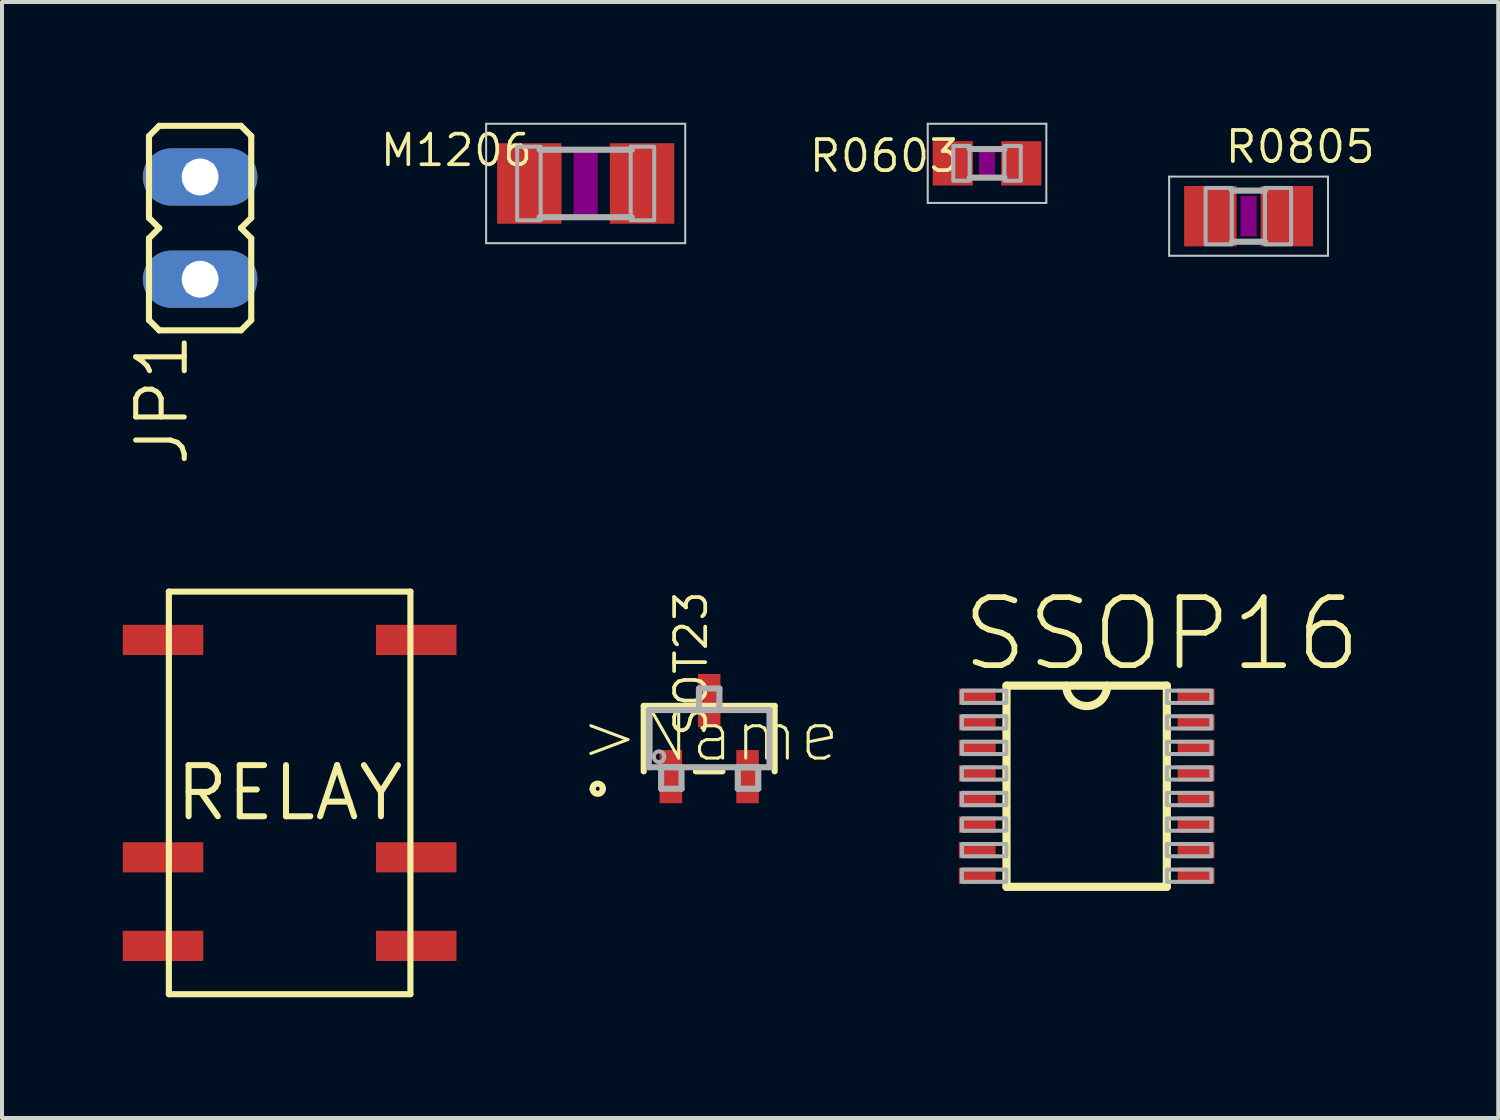
<source format=kicad_pcb>
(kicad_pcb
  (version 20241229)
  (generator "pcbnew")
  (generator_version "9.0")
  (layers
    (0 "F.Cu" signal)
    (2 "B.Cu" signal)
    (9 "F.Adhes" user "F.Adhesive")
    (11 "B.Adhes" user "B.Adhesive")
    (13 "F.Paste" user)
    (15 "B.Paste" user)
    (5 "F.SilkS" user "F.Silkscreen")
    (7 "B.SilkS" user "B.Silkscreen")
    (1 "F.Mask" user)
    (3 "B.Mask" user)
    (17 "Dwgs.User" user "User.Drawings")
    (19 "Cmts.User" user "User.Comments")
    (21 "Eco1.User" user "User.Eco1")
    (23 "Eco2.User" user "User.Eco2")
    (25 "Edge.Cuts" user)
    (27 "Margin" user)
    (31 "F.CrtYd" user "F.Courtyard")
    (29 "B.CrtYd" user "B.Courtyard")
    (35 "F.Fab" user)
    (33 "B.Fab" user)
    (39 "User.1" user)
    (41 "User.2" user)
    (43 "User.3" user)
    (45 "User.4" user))
  (footprint "SOT23"
    (layer "F.Cu")
    (at 14.567 15.298)
    (property "Reference" "SOT23" (at 0 0 90) (layer "F.SilkS") (effects (font (size 0.772 0.772) (thickness 0.093)) (justify left bottom)))
    (attr through_hole)
    (fp_line (start -1.626 -0.813) (end -1.626 0.813) (stroke (width 0.152) (type solid)) (layer "F.SilkS"))
    (fp_line (start -0.33 0.813) (end 0.33 0.813) (stroke (width 0.152) (type solid)) (layer "F.SilkS"))
    (fp_line (start 1.626 -0.813) (end -1.626 -0.813) (stroke (width 0.152) (type solid)) (layer "F.SilkS"))
    (fp_line (start 1.626 0.813) (end 1.626 -0.813) (stroke (width 0.152) (type solid)) (layer "F.SilkS"))
    (fp_arc (start -2.8956 1.2446) (mid -2.7686 1.1176) (end -2.6416 1.2446) (stroke (width 0.1524) (type solid)) (layer "F.SilkS"))
    (fp_arc (start -2.6416 1.2446) (mid -2.7686 1.3716) (end -2.8956 1.2446) (stroke (width 0.1524) (type solid)) (layer "F.SilkS"))
    (fp_line (start -1.499 -0.711) (end -1.499 0.711) (stroke (width 0.152) (type solid)) (layer "F.Fab"))
    (fp_line (start -1.499 0.711) (end 0.711 0.711) (stroke (width 0.152) (type solid)) (layer "F.Fab"))
    (fp_line (start -1.195 0.706) (end -1.194 1.245) (stroke (width 0.152) (type solid)) (layer "F.Fab"))
    (fp_line (start -1.194 1.245) (end -0.686 1.245) (stroke (width 0.152) (type solid)) (layer "F.Fab"))
    (fp_line (start -0.688 0.712) (end -1.195 0.706) (stroke (width 0.152) (type solid)) (layer "F.Fab"))
    (fp_line (start -0.686 1.245) (end -0.688 0.712) (stroke (width 0.152) (type solid)) (layer "F.Fab"))
    (fp_line (start -0.254 -1.245) (end -0.254 -0.708) (stroke (width 0.152) (type solid)) (layer "F.Fab"))
    (fp_line (start -0.254 -0.708) (end 0.254 -0.711) (stroke (width 0.152) (type solid)) (layer "F.Fab"))
    (fp_line (start 0.254 -1.245) (end -0.254 -1.245) (stroke (width 0.152) (type solid)) (layer "F.Fab"))
    (fp_line (start 0.254 -0.711) (end 0.254 -1.245) (stroke (width 0.152) (type solid)) (layer "F.Fab"))
    (fp_line (start 0.711 0.711) (end 0.711 1.245) (stroke (width 0.152) (type solid)) (layer "F.Fab"))
    (fp_line (start 0.711 0.711) (end 1.499 0.711) (stroke (width 0.152) (type solid)) (layer "F.Fab"))
    (fp_line (start 0.711 1.245) (end 1.219 1.245) (stroke (width 0.152) (type solid)) (layer "F.Fab"))
    (fp_line (start 1.219 0.714) (end 0.711 0.711) (stroke (width 0.152) (type solid)) (layer "F.Fab"))
    (fp_line (start 1.219 1.245) (end 1.219 0.714) (stroke (width 0.152) (type solid)) (layer "F.Fab"))
    (fp_line (start 1.499 -0.711) (end -1.499 -0.711) (stroke (width 0.152) (type solid)) (layer "F.Fab"))
    (fp_line (start 1.499 0.711) (end 1.499 -0.711) (stroke (width 0.152) (type solid)) (layer "F.Fab"))
    (fp_arc (start -1.3716 0.4572) (mid -1.2573 0.3175) (end -1.1176 0.4318) (stroke (width 0.1) (type solid)) (layer "F.Fab"))
    (fp_arc (start -1.1176 0.4572) (mid -1.2446 0.5842) (end -1.3716 0.4572) (stroke (width 0.1) (type solid)) (layer "F.Fab"))
    (fp_text user ">Name" (at -3.277 0.635 0) (layer "F.SilkS") (effects (font (size 1.206 1.206) (thickness 0.076)) (justify left bottom)))
    (pad "1" smd rect (at -0.953 0.945) (size 0.559 1.321) (layers "F.Cu" "F.Mask" "F.Paste"))
    (pad "2" smd rect (at 0.953 0.945) (size 0.559 1.321) (layers "F.Cu" "F.Mask" "F.Paste"))
    (pad "3" smd rect (at 0 -0.945) (size 0.559 1.32) (layers "F.Cu" "F.Mask" "F.Paste")))
  (footprint "RELAY"
    (layer "F.Cu")
    (at 4.145 16.647)
    (property "Reference" "RELAY" (at 0 0 0) (layer "F.SilkS") (effects (font (size 1.27 1.27) (thickness 0.15))))
    (attr through_hole)
    (fp_line (start -3 -5) (end 3 -5) (stroke (width 0.152) (type solid)) (layer "F.SilkS"))
    (fp_line (start -3 5) (end -3 -5) (stroke (width 0.152) (type solid)) (layer "F.SilkS"))
    (fp_line (start 3 -5) (end 3 5) (stroke (width 0.152) (type solid)) (layer "F.SilkS"))
    (fp_line (start 3 5) (end -3 5) (stroke (width 0.152) (type solid)) (layer "F.SilkS"))
    (pad "1" smd rect (at -3.145 -3.8) (size 2 0.75) (layers "F.Cu" "F.Mask" "F.Paste"))
    (pad "3" smd rect (at -3.145 1.6) (size 2 0.75) (layers "F.Cu" "F.Mask" "F.Paste"))
    (pad "4" smd rect (at -3.145 3.8) (size 2 0.75) (layers "F.Cu" "F.Mask" "F.Paste"))
    (pad "5" smd rect (at 3.145 3.8) (size 2 0.75) (layers "F.Cu" "F.Mask" "F.Paste"))
    (pad "6" smd rect (at 3.145 1.6) (size 2 0.75) (layers "F.Cu" "F.Mask" "F.Paste"))
    (pad "8" smd rect (at 3.145 -3.8) (size 2 0.75) (layers "F.Cu" "F.Mask" "F.Paste")))
  (footprint "SSOP16"
    (layer "F.Cu")
    (at 23.944 16.481)
    (property "Reference" "SSOP16" (at -3.175 -2.794 0) (layer "F.SilkS") (effects (font (size 1.689 1.689) (thickness 0.142)) (justify left bottom)))
    (attr through_hole)
    (fp_line (start -1.991 -2.499) (end -1.991 2.499) (stroke (width 0.203) (type solid)) (layer "F.SilkS"))
    (fp_line (start -1.991 2.499) (end 1.991 2.499) (stroke (width 0.203) (type solid)) (layer "F.SilkS"))
    (fp_line (start 1.991 -2.499) (end -1.991 -2.499) (stroke (width 0.203) (type solid)) (layer "F.SilkS"))
    (fp_line (start 1.991 2.499) (end 1.991 -2.499) (stroke (width 0.203) (type solid)) (layer "F.SilkS"))
    (fp_arc (start 0.508 -2.499318) (mid 0 -1.991318) (end -0.508 -2.499318) (stroke (width 0.2032) (type solid)) (layer "F.SilkS"))
    (fp_poly (pts (xy -3.099 -2.07) (xy -1.994 -2.07) (xy -1.994 -2.375) (xy -3.099 -2.375)) (stroke (width 0.1) (type solid)) (fill no) (layer "F.Fab"))
    (fp_poly (pts (xy -3.099 -1.435) (xy -1.994 -1.435) (xy -1.994 -1.74) (xy -3.099 -1.74)) (stroke (width 0.1) (type solid)) (fill no) (layer "F.Fab"))
    (fp_poly (pts (xy -3.099 -0.8) (xy -1.994 -0.8) (xy -1.994 -1.105) (xy -3.099 -1.105)) (stroke (width 0.1) (type solid)) (fill no) (layer "F.Fab"))
    (fp_poly (pts (xy -3.099 -0.165) (xy -1.994 -0.165) (xy -1.994 -0.47) (xy -3.099 -0.47)) (stroke (width 0.1) (type solid)) (fill no) (layer "F.Fab"))
    (fp_poly (pts (xy -3.099 0.47) (xy -1.994 0.47) (xy -1.994 0.165) (xy -3.099 0.165)) (stroke (width 0.1) (type solid)) (fill no) (layer "F.Fab"))
    (fp_poly (pts (xy -3.099 1.105) (xy -1.994 1.105) (xy -1.994 0.8) (xy -3.099 0.8)) (stroke (width 0.1) (type solid)) (fill no) (layer "F.Fab"))
    (fp_poly (pts (xy -3.099 1.74) (xy -1.994 1.74) (xy -1.994 1.435) (xy -3.099 1.435)) (stroke (width 0.1) (type solid)) (fill no) (layer "F.Fab"))
    (fp_poly (pts (xy -3.099 2.375) (xy -1.994 2.375) (xy -1.994 2.07) (xy -3.099 2.07)) (stroke (width 0.1) (type solid)) (fill no) (layer "F.Fab"))
    (fp_poly (pts (xy 1.994 -2.07) (xy 3.099 -2.07) (xy 3.099 -2.375) (xy 1.994 -2.375)) (stroke (width 0.1) (type solid)) (fill no) (layer "F.Fab"))
    (fp_poly (pts (xy 1.994 -1.435) (xy 3.099 -1.435) (xy 3.099 -1.74) (xy 1.994 -1.74)) (stroke (width 0.1) (type solid)) (fill no) (layer "F.Fab"))
    (fp_poly (pts (xy 1.994 -0.8) (xy 3.099 -0.8) (xy 3.099 -1.105) (xy 1.994 -1.105)) (stroke (width 0.1) (type solid)) (fill no) (layer "F.Fab"))
    (fp_poly (pts (xy 1.994 -0.165) (xy 3.099 -0.165) (xy 3.099 -0.47) (xy 1.994 -0.47)) (stroke (width 0.1) (type solid)) (fill no) (layer "F.Fab"))
    (fp_poly (pts (xy 1.994 0.47) (xy 3.099 0.47) (xy 3.099 0.165) (xy 1.994 0.165)) (stroke (width 0.1) (type solid)) (fill no) (layer "F.Fab"))
    (fp_poly (pts (xy 1.994 1.105) (xy 3.099 1.105) (xy 3.099 0.8) (xy 1.994 0.8)) (stroke (width 0.1) (type solid)) (fill no) (layer "F.Fab"))
    (fp_poly (pts (xy 1.994 1.74) (xy 3.099 1.74) (xy 3.099 1.435) (xy 1.994 1.435)) (stroke (width 0.1) (type solid)) (fill no) (layer "F.Fab"))
    (fp_poly (pts (xy 1.994 2.375) (xy 3.099 2.375) (xy 3.099 2.07) (xy 1.994 2.07)) (stroke (width 0.1) (type solid)) (fill no) (layer "F.Fab"))
    (pad "1" smd rect (at -2.718 -2.223) (size 0.914 0.406) (layers "F.Cu" "F.Mask" "F.Paste"))
    (pad "2" smd rect (at -2.718 -1.587) (size 0.914 0.406) (layers "F.Cu" "F.Mask" "F.Paste"))
    (pad "3" smd rect (at -2.718 -0.953) (size 0.914 0.406) (layers "F.Cu" "F.Mask" "F.Paste"))
    (pad "4" smd rect (at -2.718 -0.318) (size 0.914 0.406) (layers "F.Cu" "F.Mask" "F.Paste"))
    (pad "5" smd rect (at -2.718 0.318) (size 0.914 0.406) (layers "F.Cu" "F.Mask" "F.Paste"))
    (pad "6" smd rect (at -2.718 0.953) (size 0.914 0.406) (layers "F.Cu" "F.Mask" "F.Paste"))
    (pad "7" smd rect (at -2.718 1.587) (size 0.914 0.406) (layers "F.Cu" "F.Mask" "F.Paste"))
    (pad "8" smd rect (at -2.718 2.223) (size 0.914 0.406) (layers "F.Cu" "F.Mask" "F.Paste"))
    (pad "9" smd rect (at 2.718 2.223) (size 0.914 0.406) (layers "F.Cu" "F.Mask" "F.Paste"))
    (pad "10" smd rect (at 2.718 1.587) (size 0.914 0.406) (layers "F.Cu" "F.Mask" "F.Paste"))
    (pad "11" smd rect (at 2.718 0.953) (size 0.914 0.406) (layers "F.Cu" "F.Mask" "F.Paste"))
    (pad "12" smd rect (at 2.718 0.318) (size 0.914 0.406) (layers "F.Cu" "F.Mask" "F.Paste"))
    (pad "13" smd rect (at 2.718 -0.318) (size 0.914 0.406) (layers "F.Cu" "F.Mask" "F.Paste"))
    (pad "14" smd rect (at 2.718 -0.953) (size 0.914 0.406) (layers "F.Cu" "F.Mask" "F.Paste"))
    (pad "15" smd rect (at 2.718 -1.587) (size 0.914 0.406) (layers "F.Cu" "F.Mask" "F.Paste"))
    (pad "16" smd rect (at 2.718 -2.223) (size 0.914 0.406) (layers "F.Cu" "F.Mask" "F.Paste")))
  (footprint "R0603"
    (layer "F.Cu")
    (at 21.469 1.008)
    (property "Reference" "R0603" (at -0.635 -0.635 180) (layer "F.SilkS") (effects (font (size 0.772 0.772) (thickness 0.093)) (justify right top)))
    (attr through_hole)
    (fp_poly (pts (xy -0.2 0.4) (xy 0.2 0.4) (xy 0.2 -0.4) (xy -0.2 -0.4)) (stroke (width 0) (type solid)) (fill yes) (layer "F.Adhes"))
    (fp_line (start -1.473 -0.983) (end 1.473 -0.983) (stroke (width 0.051) (type solid)) (layer "Dwgs.User"))
    (fp_line (start -1.473 0.983) (end -1.473 -0.983) (stroke (width 0.051) (type solid)) (layer "Dwgs.User"))
    (fp_line (start 1.473 -0.983) (end 1.473 0.983) (stroke (width 0.051) (type solid)) (layer "Dwgs.User"))
    (fp_line (start 1.473 0.983) (end -1.473 0.983) (stroke (width 0.051) (type solid)) (layer "Dwgs.User"))
    (fp_line (start -0.432 0.356) (end 0.432 0.356) (stroke (width 0.152) (type solid)) (layer "F.Fab"))
    (fp_line (start 0.432 -0.356) (end -0.432 -0.356) (stroke (width 0.152) (type solid)) (layer "F.Fab"))
    (fp_poly (pts (xy -0.838 0.432) (xy -0.432 0.432) (xy -0.432 -0.432) (xy -0.838 -0.432)) (stroke (width 0.1) (type solid)) (fill no) (layer "F.Fab"))
    (fp_poly (pts (xy 0.432 0.432) (xy 0.838 0.432) (xy 0.838 -0.432) (xy 0.432 -0.432)) (stroke (width 0.1) (type solid)) (fill no) (layer "F.Fab"))
    (pad "1" smd rect (at -0.85 0) (size 1 1.1) (layers "F.Cu" "F.Mask" "F.Paste"))
    (pad "2" smd rect (at 0.85 0) (size 1 1.1) (layers "F.Cu" "F.Mask" "F.Paste")))
  (footprint "R0805"
    (layer "F.Cu")
    (at 27.966 2.32)
    (property "Reference" "R0805" (at -0.635 -1.27 180) (layer "F.SilkS") (effects (font (size 0.772 0.772) (thickness 0.093)) (justify left bottom)))
    (attr through_hole)
    (fp_poly (pts (xy -0.2 0.5) (xy 0.2 0.5) (xy 0.2 -0.5) (xy -0.2 -0.5)) (stroke (width 0) (type solid)) (fill yes) (layer "F.Adhes"))
    (fp_line (start -1.973 -0.983) (end 1.973 -0.983) (stroke (width 0.051) (type solid)) (layer "Dwgs.User"))
    (fp_line (start -1.973 0.983) (end -1.973 -0.983) (stroke (width 0.051) (type solid)) (layer "Dwgs.User"))
    (fp_line (start 1.973 -0.983) (end 1.973 0.983) (stroke (width 0.051) (type solid)) (layer "Dwgs.User"))
    (fp_line (start 1.973 0.983) (end -1.973 0.983) (stroke (width 0.051) (type solid)) (layer "Dwgs.User"))
    (fp_line (start -0.41 -0.635) (end 0.41 -0.635) (stroke (width 0.152) (type solid)) (layer "F.Fab"))
    (fp_line (start -0.41 0.635) (end 0.41 0.635) (stroke (width 0.152) (type solid)) (layer "F.Fab"))
    (fp_poly (pts (xy -1.067 0.699) (xy -0.417 0.699) (xy -0.417 -0.702) (xy -1.067 -0.702)) (stroke (width 0.1) (type solid)) (fill no) (layer "F.Fab"))
    (fp_poly (pts (xy 0.406 0.699) (xy 1.056 0.699) (xy 1.056 -0.702) (xy 0.406 -0.702)) (stroke (width 0.1) (type solid)) (fill no) (layer "F.Fab"))
    (pad "1" smd rect (at -0.95 0) (size 1.3 1.5) (layers "F.Cu" "F.Mask" "F.Paste"))
    (pad "2" smd rect (at 0.95 0) (size 1.3 1.5) (layers "F.Cu" "F.Mask" "F.Paste")))
  (footprint "JP1"
    (layer "F.Cu")
    (at 1.921 2.616)
    (property "Reference" "JP1" (at -1.651 2.54 90) (layer "F.SilkS") (effects (font (size 1.206 1.206) (thickness 0.127)) (justify right top)))
    (attr through_hole)
    (fp_line (start -1.27 -2.286) (end -1.27 -0.254) (stroke (width 0.152) (type solid)) (layer "F.SilkS"))
    (fp_line (start -1.27 -2.286) (end -1.016 -2.54) (stroke (width 0.152) (type solid)) (layer "F.SilkS"))
    (fp_line (start -1.27 0.254) (end -1.27 2.286) (stroke (width 0.152) (type solid)) (layer "F.SilkS"))
    (fp_line (start -1.016 0) (end -1.27 -0.254) (stroke (width 0.152) (type solid)) (layer "F.SilkS"))
    (fp_line (start -1.016 0) (end -1.27 0.254) (stroke (width 0.152) (type solid)) (layer "F.SilkS"))
    (fp_line (start -1.016 2.54) (end -1.27 2.286) (stroke (width 0.152) (type solid)) (layer "F.SilkS"))
    (fp_line (start -1.016 2.54) (end 1.016 2.54) (stroke (width 0.152) (type solid)) (layer "F.SilkS"))
    (fp_line (start 1.016 -2.54) (end -1.016 -2.54) (stroke (width 0.152) (type solid)) (layer "F.SilkS"))
    (fp_line (start 1.016 0) (end 1.27 -0.254) (stroke (width 0.152) (type solid)) (layer "F.SilkS"))
    (fp_line (start 1.016 0) (end 1.27 0.254) (stroke (width 0.152) (type solid)) (layer "F.SilkS"))
    (fp_line (start 1.016 2.54) (end 1.27 2.286) (stroke (width 0.152) (type solid)) (layer "F.SilkS"))
    (fp_line (start 1.27 -2.286) (end 1.016 -2.54) (stroke (width 0.152) (type solid)) (layer "F.SilkS"))
    (fp_line (start 1.27 -2.286) (end 1.27 -0.254) (stroke (width 0.152) (type solid)) (layer "F.SilkS"))
    (fp_line (start 1.27 0.254) (end 1.27 2.286) (stroke (width 0.152) (type solid)) (layer "F.SilkS"))
    (fp_poly (pts (xy -0.305 -0.965) (xy 0.305 -0.965) (xy 0.305 -1.575) (xy -0.305 -1.575)) (stroke (width 0.1) (type solid)) (fill no) (layer "F.Fab"))
    (fp_poly (pts (xy -0.305 1.575) (xy 0.305 1.575) (xy 0.305 0.965) (xy -0.305 0.965)) (stroke (width 0.1) (type solid)) (fill no) (layer "F.Fab"))
    (pad "1" thru_hole oval (at 0 1.27) (size 2.845 1.422) (drill 0.914) (layers "*.Cu" "*.Mask"))
    (pad "2" thru_hole oval (at 0 -1.27) (size 2.845 1.422) (drill 0.914) (layers "*.Cu" "*.Mask")))
  (footprint "M1206"
    (layer "F.Cu")
    (at 11.499 1.508)
    (property "Reference" "M1206" (at -1.27 -1.27 180) (layer "F.SilkS") (effects (font (size 0.76 0.76) (thickness 0.091)) (justify right top)))
    (attr through_hole)
    (fp_poly (pts (xy -0.3 0.8) (xy 0.3 0.8) (xy 0.3 -0.8) (xy -0.3 -0.8)) (stroke (width 0) (type solid)) (fill yes) (layer "F.Adhes"))
    (fp_line (start -2.473 -1.483) (end 2.473 -1.483) (stroke (width 0.051) (type solid)) (layer "Dwgs.User"))
    (fp_line (start -2.473 1.483) (end -2.473 -1.483) (stroke (width 0.051) (type solid)) (layer "Dwgs.User"))
    (fp_line (start 2.473 -1.483) (end 2.473 1.483) (stroke (width 0.051) (type solid)) (layer "Dwgs.User"))
    (fp_line (start 2.473 1.483) (end -2.473 1.483) (stroke (width 0.051) (type solid)) (layer "Dwgs.User"))
    (fp_line (start 1.143 -0.838) (end -1.143 -0.838) (stroke (width 0.152) (type solid)) (layer "F.Fab"))
    (fp_line (start 1.143 0.838) (end -1.143 0.838) (stroke (width 0.152) (type solid)) (layer "F.Fab"))
    (fp_poly (pts (xy -1.702 0.914) (xy -1.118 0.914) (xy -1.118 -0.914) (xy -1.702 -0.914)) (stroke (width 0.1) (type solid)) (fill no) (layer "F.Fab"))
    (fp_poly (pts (xy 1.118 0.914) (xy 1.702 0.914) (xy 1.702 -0.914) (xy 1.118 -0.914)) (stroke (width 0.1) (type solid)) (fill no) (layer "F.Fab"))
    (pad "1" smd rect (at -1.4 0) (size 1.6 2) (layers "F.Cu" "F.Mask" "F.Paste"))
    (pad "2" smd rect (at 1.4 0) (size 1.6 2) (layers "F.Cu" "F.Mask" "F.Paste")))
  (gr_rect
    (start -3 -3)
    (end 34.168 24.723)
    (stroke (width 0.1) (type default))
    (fill no)
    (layer "Edge.Cuts")))
</source>
